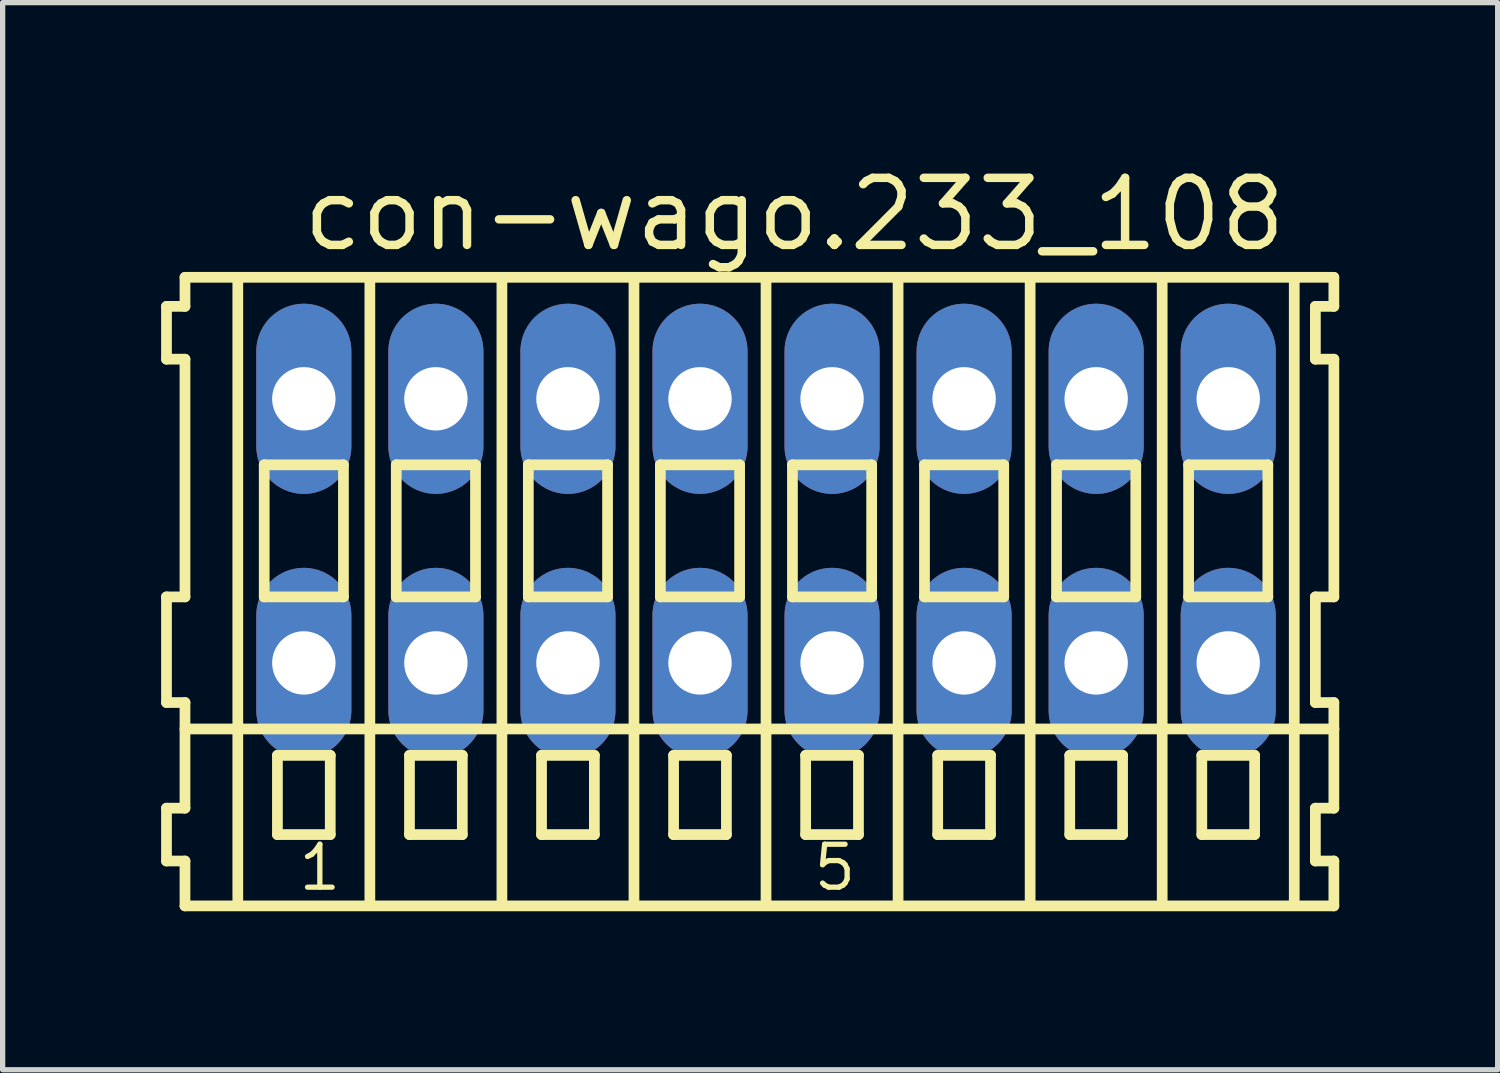
<source format=kicad_pcb>
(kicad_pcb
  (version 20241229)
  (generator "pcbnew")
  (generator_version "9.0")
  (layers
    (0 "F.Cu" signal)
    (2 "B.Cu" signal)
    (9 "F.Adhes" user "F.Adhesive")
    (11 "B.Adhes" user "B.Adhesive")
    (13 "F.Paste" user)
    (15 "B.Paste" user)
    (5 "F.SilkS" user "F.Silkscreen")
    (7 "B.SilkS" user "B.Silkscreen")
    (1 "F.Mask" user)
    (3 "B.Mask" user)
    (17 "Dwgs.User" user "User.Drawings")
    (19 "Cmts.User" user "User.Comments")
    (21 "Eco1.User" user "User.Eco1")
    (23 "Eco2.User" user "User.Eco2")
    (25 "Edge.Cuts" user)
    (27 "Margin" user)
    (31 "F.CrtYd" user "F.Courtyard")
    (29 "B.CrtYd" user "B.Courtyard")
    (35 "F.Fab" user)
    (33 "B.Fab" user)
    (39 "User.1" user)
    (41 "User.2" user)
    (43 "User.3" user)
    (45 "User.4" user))
  (footprint "con-wago.233_108"
    (layer "F.Cu")
    (at 11.452 7)
    (property "Reference" "con-wago.233_108" (at -8.85 -5.25 0) (layer "F.SilkS") (effects (font (size 1.27 1.27) (thickness 0.16)) (justify left bottom)))
    (attr through_hole)
    (fp_line (start -11.35 -4.25) (end -11.35 -3.25) (stroke (width 0.203) (type default)) (layer "F.SilkS"))
    (fp_line (start -11.35 -3.25) (end -11 -3.25) (stroke (width 0.203) (type default)) (layer "F.SilkS"))
    (fp_line (start -11.35 1.25) (end -11.35 3.25) (stroke (width 0.203) (type default)) (layer "F.SilkS"))
    (fp_line (start -11.35 3.25) (end -11 3.25) (stroke (width 0.203) (type default)) (layer "F.SilkS"))
    (fp_line (start -11.35 5.25) (end -11.35 6.25) (stroke (width 0.203) (type default)) (layer "F.SilkS"))
    (fp_line (start -11.35 6.25) (end -11 6.25) (stroke (width 0.203) (type default)) (layer "F.SilkS"))
    (fp_line (start -11 -4.8) (end -11 -4.25) (stroke (width 0.203) (type default)) (layer "F.SilkS"))
    (fp_line (start -11 -4.25) (end -11.35 -4.25) (stroke (width 0.203) (type default)) (layer "F.SilkS"))
    (fp_line (start -11 -3.25) (end -11 1.25) (stroke (width 0.203) (type default)) (layer "F.SilkS"))
    (fp_line (start -11 1.25) (end -11.35 1.25) (stroke (width 0.203) (type default)) (layer "F.SilkS"))
    (fp_line (start -11 3.25) (end -11 5.25) (stroke (width 0.203) (type default)) (layer "F.SilkS"))
    (fp_line (start -11 3.75) (end 10.75 3.75) (stroke (width 0.203) (type default)) (layer "F.SilkS"))
    (fp_line (start -11 5.25) (end -11.35 5.25) (stroke (width 0.203) (type default)) (layer "F.SilkS"))
    (fp_line (start -11 6.25) (end -11 7.1) (stroke (width 0.203) (type default)) (layer "F.SilkS"))
    (fp_line (start -11 7.1) (end 10.75 7.1) (stroke (width 0.203) (type default)) (layer "F.SilkS"))
    (fp_line (start -10 -4.75) (end -10 7) (stroke (width 0.203) (type default)) (layer "F.SilkS"))
    (fp_line (start -9.5 -1.25) (end -9.5 1.25) (stroke (width 0.203) (type default)) (layer "F.SilkS"))
    (fp_line (start -9.5 1.25) (end -8 1.25) (stroke (width 0.203) (type default)) (layer "F.SilkS"))
    (fp_line (start -9.25 4.25) (end -9.25 5.75) (stroke (width 0.203) (type default)) (layer "F.SilkS"))
    (fp_line (start -9.25 5.75) (end -8.25 5.75) (stroke (width 0.203) (type default)) (layer "F.SilkS"))
    (fp_line (start -8.25 4.25) (end -9.25 4.25) (stroke (width 0.203) (type default)) (layer "F.SilkS"))
    (fp_line (start -8.25 5.75) (end -8.25 4.25) (stroke (width 0.203) (type default)) (layer "F.SilkS"))
    (fp_line (start -8 -1.25) (end -9.5 -1.25) (stroke (width 0.203) (type default)) (layer "F.SilkS"))
    (fp_line (start -8 1.25) (end -8 -1.25) (stroke (width 0.203) (type default)) (layer "F.SilkS"))
    (fp_line (start -7.5 -4.75) (end -7.5 7) (stroke (width 0.203) (type default)) (layer "F.SilkS"))
    (fp_line (start -7 -1.25) (end -7 1.25) (stroke (width 0.203) (type default)) (layer "F.SilkS"))
    (fp_line (start -7 1.25) (end -5.5 1.25) (stroke (width 0.203) (type default)) (layer "F.SilkS"))
    (fp_line (start -6.75 4.25) (end -6.75 5.75) (stroke (width 0.203) (type default)) (layer "F.SilkS"))
    (fp_line (start -6.75 5.75) (end -5.75 5.75) (stroke (width 0.203) (type default)) (layer "F.SilkS"))
    (fp_line (start -5.75 4.25) (end -6.75 4.25) (stroke (width 0.203) (type default)) (layer "F.SilkS"))
    (fp_line (start -5.75 5.75) (end -5.75 4.25) (stroke (width 0.203) (type default)) (layer "F.SilkS"))
    (fp_line (start -5.5 -1.25) (end -7 -1.25) (stroke (width 0.203) (type default)) (layer "F.SilkS"))
    (fp_line (start -5.5 1.25) (end -5.5 -1.25) (stroke (width 0.203) (type default)) (layer "F.SilkS"))
    (fp_line (start -5 -4.75) (end -5 7) (stroke (width 0.203) (type default)) (layer "F.SilkS"))
    (fp_line (start -4.5 -1.25) (end -4.5 1.25) (stroke (width 0.203) (type default)) (layer "F.SilkS"))
    (fp_line (start -4.5 1.25) (end -3 1.25) (stroke (width 0.203) (type default)) (layer "F.SilkS"))
    (fp_line (start -4.25 4.25) (end -4.25 5.75) (stroke (width 0.203) (type default)) (layer "F.SilkS"))
    (fp_line (start -4.25 5.75) (end -3.25 5.75) (stroke (width 0.203) (type default)) (layer "F.SilkS"))
    (fp_line (start -3.25 4.25) (end -4.25 4.25) (stroke (width 0.203) (type default)) (layer "F.SilkS"))
    (fp_line (start -3.25 5.75) (end -3.25 4.25) (stroke (width 0.203) (type default)) (layer "F.SilkS"))
    (fp_line (start -3 -1.25) (end -4.5 -1.25) (stroke (width 0.203) (type default)) (layer "F.SilkS"))
    (fp_line (start -3 1.25) (end -3 -1.25) (stroke (width 0.203) (type default)) (layer "F.SilkS"))
    (fp_line (start -2.5 -4.75) (end -2.5 7) (stroke (width 0.203) (type default)) (layer "F.SilkS"))
    (fp_line (start -2 -1.25) (end -2 1.25) (stroke (width 0.203) (type default)) (layer "F.SilkS"))
    (fp_line (start -2 1.25) (end -0.5 1.25) (stroke (width 0.203) (type default)) (layer "F.SilkS"))
    (fp_line (start -1.75 4.25) (end -1.75 5.75) (stroke (width 0.203) (type default)) (layer "F.SilkS"))
    (fp_line (start -1.75 5.75) (end -0.75 5.75) (stroke (width 0.203) (type default)) (layer "F.SilkS"))
    (fp_line (start -0.75 4.25) (end -1.75 4.25) (stroke (width 0.203) (type default)) (layer "F.SilkS"))
    (fp_line (start -0.75 5.75) (end -0.75 4.25) (stroke (width 0.203) (type default)) (layer "F.SilkS"))
    (fp_line (start -0.5 -1.25) (end -2 -1.25) (stroke (width 0.203) (type default)) (layer "F.SilkS"))
    (fp_line (start -0.5 1.25) (end -0.5 -1.25) (stroke (width 0.203) (type default)) (layer "F.SilkS"))
    (fp_line (start 0 -4.75) (end 0 7) (stroke (width 0.203) (type default)) (layer "F.SilkS"))
    (fp_line (start 0.5 -1.25) (end 0.5 1.25) (stroke (width 0.203) (type default)) (layer "F.SilkS"))
    (fp_line (start 0.5 1.25) (end 2 1.25) (stroke (width 0.203) (type default)) (layer "F.SilkS"))
    (fp_line (start 0.75 4.25) (end 0.75 5.75) (stroke (width 0.203) (type default)) (layer "F.SilkS"))
    (fp_line (start 0.75 5.75) (end 1.75 5.75) (stroke (width 0.203) (type default)) (layer "F.SilkS"))
    (fp_line (start 1.75 4.25) (end 0.75 4.25) (stroke (width 0.203) (type default)) (layer "F.SilkS"))
    (fp_line (start 1.75 5.75) (end 1.75 4.25) (stroke (width 0.203) (type default)) (layer "F.SilkS"))
    (fp_line (start 2 -1.25) (end 0.5 -1.25) (stroke (width 0.203) (type default)) (layer "F.SilkS"))
    (fp_line (start 2 1.25) (end 2 -1.25) (stroke (width 0.203) (type default)) (layer "F.SilkS"))
    (fp_line (start 2.5 -4.75) (end 2.5 7) (stroke (width 0.203) (type default)) (layer "F.SilkS"))
    (fp_line (start 3 -1.25) (end 3 1.25) (stroke (width 0.203) (type default)) (layer "F.SilkS"))
    (fp_line (start 3 1.25) (end 4.5 1.25) (stroke (width 0.203) (type default)) (layer "F.SilkS"))
    (fp_line (start 3.25 4.25) (end 3.25 5.75) (stroke (width 0.203) (type default)) (layer "F.SilkS"))
    (fp_line (start 3.25 5.75) (end 4.25 5.75) (stroke (width 0.203) (type default)) (layer "F.SilkS"))
    (fp_line (start 4.25 4.25) (end 3.25 4.25) (stroke (width 0.203) (type default)) (layer "F.SilkS"))
    (fp_line (start 4.25 5.75) (end 4.25 4.25) (stroke (width 0.203) (type default)) (layer "F.SilkS"))
    (fp_line (start 4.5 -1.25) (end 3 -1.25) (stroke (width 0.203) (type default)) (layer "F.SilkS"))
    (fp_line (start 4.5 1.25) (end 4.5 -1.25) (stroke (width 0.203) (type default)) (layer "F.SilkS"))
    (fp_line (start 5 -4.75) (end 5 7) (stroke (width 0.203) (type default)) (layer "F.SilkS"))
    (fp_line (start 5.5 -1.25) (end 5.5 1.25) (stroke (width 0.203) (type default)) (layer "F.SilkS"))
    (fp_line (start 5.5 1.25) (end 7 1.25) (stroke (width 0.203) (type default)) (layer "F.SilkS"))
    (fp_line (start 5.75 4.25) (end 5.75 5.75) (stroke (width 0.203) (type default)) (layer "F.SilkS"))
    (fp_line (start 5.75 5.75) (end 6.75 5.75) (stroke (width 0.203) (type default)) (layer "F.SilkS"))
    (fp_line (start 6.75 4.25) (end 5.75 4.25) (stroke (width 0.203) (type default)) (layer "F.SilkS"))
    (fp_line (start 6.75 5.75) (end 6.75 4.25) (stroke (width 0.203) (type default)) (layer "F.SilkS"))
    (fp_line (start 7 -1.25) (end 5.5 -1.25) (stroke (width 0.203) (type default)) (layer "F.SilkS"))
    (fp_line (start 7 1.25) (end 7 -1.25) (stroke (width 0.203) (type default)) (layer "F.SilkS"))
    (fp_line (start 7.5 -4.75) (end 7.5 7) (stroke (width 0.203) (type default)) (layer "F.SilkS"))
    (fp_line (start 8 -1.25) (end 8 1.25) (stroke (width 0.203) (type default)) (layer "F.SilkS"))
    (fp_line (start 8 1.25) (end 9.5 1.25) (stroke (width 0.203) (type default)) (layer "F.SilkS"))
    (fp_line (start 8.25 4.25) (end 8.25 5.75) (stroke (width 0.203) (type default)) (layer "F.SilkS"))
    (fp_line (start 8.25 5.75) (end 9.25 5.75) (stroke (width 0.203) (type default)) (layer "F.SilkS"))
    (fp_line (start 9.25 4.25) (end 8.25 4.25) (stroke (width 0.203) (type default)) (layer "F.SilkS"))
    (fp_line (start 9.25 5.75) (end 9.25 4.25) (stroke (width 0.203) (type default)) (layer "F.SilkS"))
    (fp_line (start 9.5 -1.25) (end 8 -1.25) (stroke (width 0.203) (type default)) (layer "F.SilkS"))
    (fp_line (start 9.5 1.25) (end 9.5 -1.25) (stroke (width 0.203) (type default)) (layer "F.SilkS"))
    (fp_line (start 10 -4.75) (end 10 7) (stroke (width 0.203) (type default)) (layer "F.SilkS"))
    (fp_line (start 10.4 -4.25) (end 10.4 -3.25) (stroke (width 0.203) (type default)) (layer "F.SilkS"))
    (fp_line (start 10.4 -3.25) (end 10.75 -3.25) (stroke (width 0.203) (type default)) (layer "F.SilkS"))
    (fp_line (start 10.4 1.25) (end 10.4 3.25) (stroke (width 0.203) (type default)) (layer "F.SilkS"))
    (fp_line (start 10.4 3.25) (end 10.75 3.25) (stroke (width 0.203) (type default)) (layer "F.SilkS"))
    (fp_line (start 10.4 5.25) (end 10.4 6.25) (stroke (width 0.203) (type default)) (layer "F.SilkS"))
    (fp_line (start 10.4 6.25) (end 10.75 6.25) (stroke (width 0.203) (type default)) (layer "F.SilkS"))
    (fp_line (start 10.75 -4.8) (end -11 -4.8) (stroke (width 0.203) (type default)) (layer "F.SilkS"))
    (fp_line (start 10.75 -4.25) (end 10.4 -4.25) (stroke (width 0.203) (type default)) (layer "F.SilkS"))
    (fp_line (start 10.75 -4.25) (end 10.75 -4.8) (stroke (width 0.203) (type default)) (layer "F.SilkS"))
    (fp_line (start 10.75 1.25) (end 10.4 1.25) (stroke (width 0.203) (type default)) (layer "F.SilkS"))
    (fp_line (start 10.75 1.25) (end 10.75 -3.25) (stroke (width 0.203) (type default)) (layer "F.SilkS"))
    (fp_line (start 10.75 3.75) (end 10.75 3.25) (stroke (width 0.203) (type default)) (layer "F.SilkS"))
    (fp_line (start 10.75 5.25) (end 10.4 5.25) (stroke (width 0.203) (type default)) (layer "F.SilkS"))
    (fp_line (start 10.75 5.25) (end 10.75 3.75) (stroke (width 0.203) (type default)) (layer "F.SilkS"))
    (fp_line (start 10.75 7.1) (end 10.75 6.25) (stroke (width 0.203) (type default)) (layer "F.SilkS"))
    (fp_text user "5" (at 0.85 6.85 0) (layer "F.SilkS") (effects (font (size 0.813 0.813) (thickness 0.1)) (justify left bottom)))
    (fp_text user "1" (at -8.9 6.85 0) (layer "F.SilkS") (effects (font (size 0.813 0.813) (thickness 0.1)) (justify left bottom)))
    (pad "A1" thru_hole oval (at -8.75 -2.5 90) (size 3.6 1.8) (drill 1.2) (layers "*.Cu" "*.Mask"))
    (pad "A2" thru_hole oval (at -6.25 -2.5 90) (size 3.6 1.8) (drill 1.2) (layers "*.Cu" "*.Mask"))
    (pad "A3" thru_hole oval (at -3.75 -2.5 90) (size 3.6 1.8) (drill 1.2) (layers "*.Cu" "*.Mask"))
    (pad "A4" thru_hole oval (at -1.25 -2.5 90) (size 3.6 1.8) (drill 1.2) (layers "*.Cu" "*.Mask"))
    (pad "A5" thru_hole oval (at 1.25 -2.5 90) (size 3.6 1.8) (drill 1.2) (layers "*.Cu" "*.Mask"))
    (pad "A6" thru_hole oval (at 3.75 -2.5 90) (size 3.6 1.8) (drill 1.2) (layers "*.Cu" "*.Mask"))
    (pad "A7" thru_hole oval (at 6.25 -2.5 90) (size 3.6 1.8) (drill 1.2) (layers "*.Cu" "*.Mask"))
    (pad "A8" thru_hole oval (at 8.75 -2.5 90) (size 3.6 1.8) (drill 1.2) (layers "*.Cu" "*.Mask"))
    (pad "B1" thru_hole oval (at -8.75 2.5 90) (size 3.6 1.8) (drill 1.2) (layers "*.Cu" "*.Mask"))
    (pad "B2" thru_hole oval (at -6.25 2.5 90) (size 3.6 1.8) (drill 1.2) (layers "*.Cu" "*.Mask"))
    (pad "B3" thru_hole oval (at -3.75 2.5 90) (size 3.6 1.8) (drill 1.2) (layers "*.Cu" "*.Mask"))
    (pad "B4" thru_hole oval (at -1.25 2.5 90) (size 3.6 1.8) (drill 1.2) (layers "*.Cu" "*.Mask"))
    (pad "B5" thru_hole oval (at 1.25 2.5 90) (size 3.6 1.8) (drill 1.2) (layers "*.Cu" "*.Mask"))
    (pad "B6" thru_hole oval (at 3.75 2.5 90) (size 3.6 1.8) (drill 1.2) (layers "*.Cu" "*.Mask"))
    (pad "B7" thru_hole oval (at 6.25 2.5 90) (size 3.6 1.8) (drill 1.2) (layers "*.Cu" "*.Mask"))
    (pad "B8" thru_hole oval (at 8.75 2.5 90) (size 3.6 1.8) (drill 1.2) (layers "*.Cu" "*.Mask")))
  (gr_rect
    (start -3 -3)
    (end 25.303 17.202)
    (stroke (width 0.1) (type default))
    (fill no)
    (layer "Edge.Cuts")))
</source>
